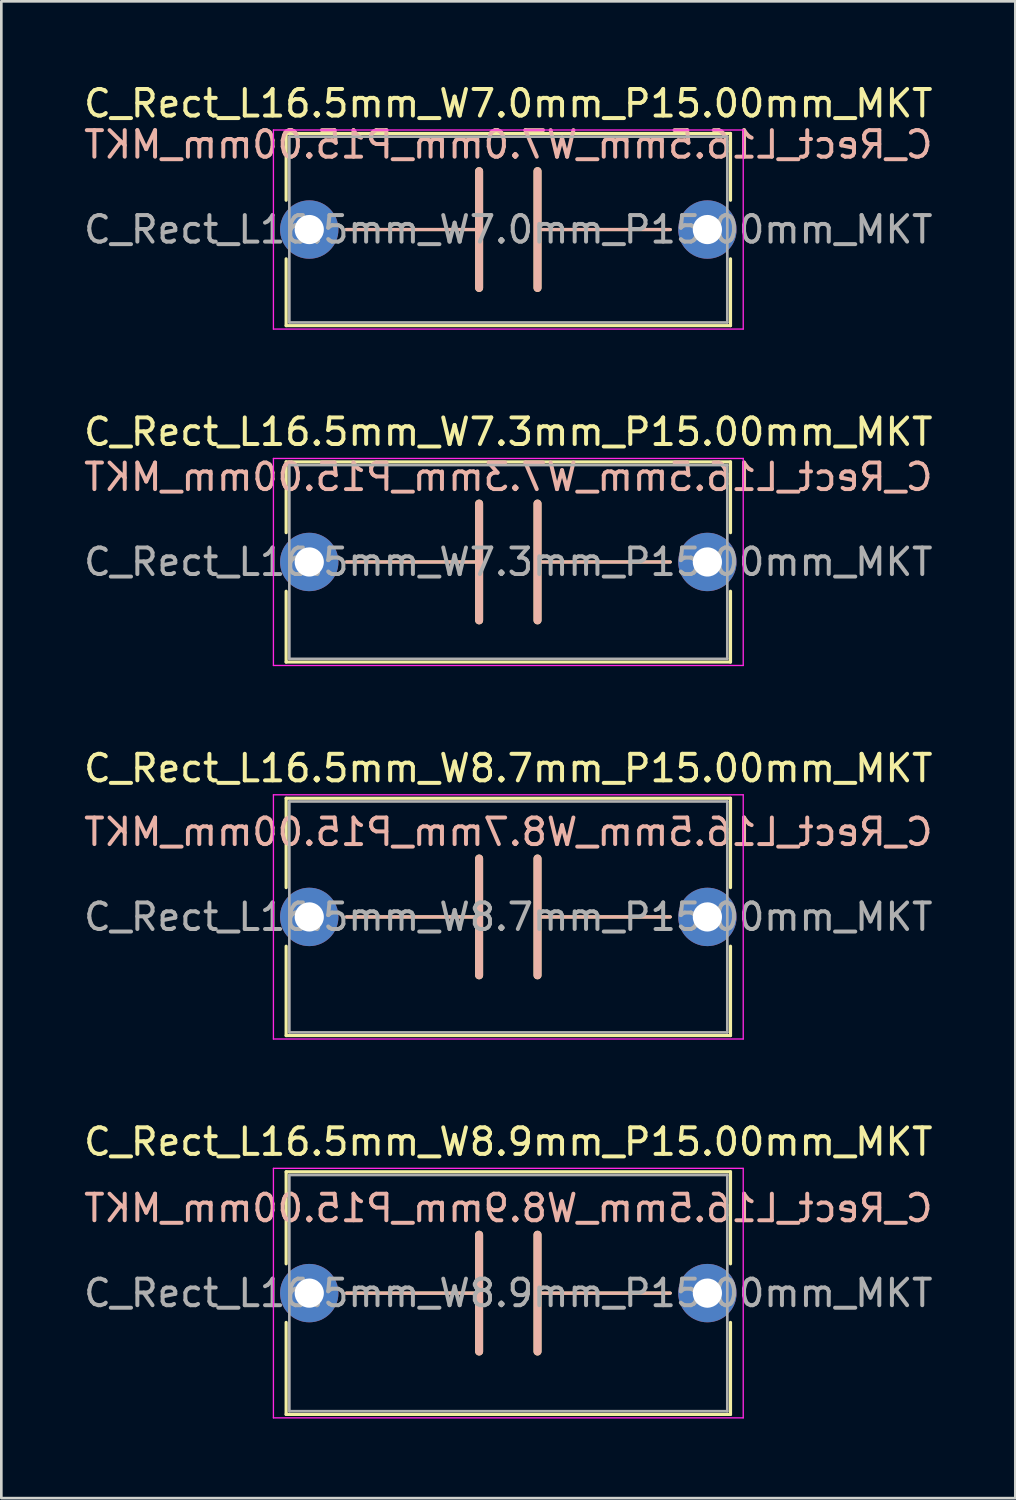
<source format=kicad_pcb>
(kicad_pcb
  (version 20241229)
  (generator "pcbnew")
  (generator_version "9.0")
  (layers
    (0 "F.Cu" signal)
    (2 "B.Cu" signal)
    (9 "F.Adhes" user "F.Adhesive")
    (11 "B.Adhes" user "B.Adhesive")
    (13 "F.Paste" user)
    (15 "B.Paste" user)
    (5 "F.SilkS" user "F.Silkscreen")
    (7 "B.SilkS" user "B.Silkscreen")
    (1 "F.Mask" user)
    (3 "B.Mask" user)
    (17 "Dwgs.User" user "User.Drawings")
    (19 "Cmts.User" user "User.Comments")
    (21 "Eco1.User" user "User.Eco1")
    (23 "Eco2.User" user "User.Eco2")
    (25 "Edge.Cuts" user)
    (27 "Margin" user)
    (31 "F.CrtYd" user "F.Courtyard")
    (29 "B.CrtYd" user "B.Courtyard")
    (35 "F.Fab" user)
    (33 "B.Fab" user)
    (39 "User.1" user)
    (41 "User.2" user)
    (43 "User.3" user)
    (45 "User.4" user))
  (footprint "C_Rect_L16.5mm_W7.3mm_P15.00mm_MKT"
    (layer "F.Cu")
    (at 8.601 18.122)
    (property "Reference" "C_Rect_L16.5mm_W7.3mm_P15.00mm_MKT" (at 7.5 -4.9 0) (layer "F.SilkS") (effects (font (size 1 1) (thickness 0.15))))
    (fp_line (start -0.87 -3.77) (end -0.87 -1.104) (stroke (width 0.12) (type solid)) (layer "F.SilkS"))
    (fp_line (start -0.87 -3.77) (end 15.87 -3.77) (stroke (width 0.12) (type solid)) (layer "F.SilkS"))
    (fp_line (start -0.87 1.104) (end -0.87 3.77) (stroke (width 0.12) (type solid)) (layer "F.SilkS"))
    (fp_line (start -0.87 3.77) (end 15.87 3.77) (stroke (width 0.12) (type solid)) (layer "F.SilkS"))
    (fp_line (start 1.4 0) (end 6.4 0) (stroke (width 0.12) (type solid)) (layer "F.SilkS"))
    (fp_line (start 6.4 -2.2) (end 6.4 2.2) (stroke (width 0.3) (type solid)) (layer "F.SilkS"))
    (fp_line (start 8.6 -2.2) (end 8.6 2.2) (stroke (width 0.3) (type solid)) (layer "F.SilkS"))
    (fp_line (start 8.6 0) (end 13.6 0) (stroke (width 0.12) (type solid)) (layer "F.SilkS"))
    (fp_line (start 15.87 -3.77) (end 15.87 -1.104) (stroke (width 0.12) (type solid)) (layer "F.SilkS"))
    (fp_line (start 15.87 1.104) (end 15.87 3.77) (stroke (width 0.12) (type solid)) (layer "F.SilkS"))
    (fp_line (start 1.4 0) (end 6.4 0) (stroke (width 0.12) (type solid)) (layer "B.SilkS"))
    (fp_line (start 6.4 2.2) (end 6.4 -2.2) (stroke (width 0.3) (type solid)) (layer "B.SilkS"))
    (fp_line (start 8.6 0) (end 13.6 0) (stroke (width 0.12) (type solid)) (layer "B.SilkS"))
    (fp_line (start 8.6 2.2) (end 8.6 -2.2) (stroke (width 0.3) (type solid)) (layer "B.SilkS"))
    (fp_line (start -1.35 -3.9) (end -1.35 3.9) (stroke (width 0.05) (type solid)) (layer "F.CrtYd"))
    (fp_line (start -1.35 3.9) (end 16.35 3.9) (stroke (width 0.05) (type solid)) (layer "F.CrtYd"))
    (fp_line (start 16.35 -3.9) (end -1.35 -3.9) (stroke (width 0.05) (type solid)) (layer "F.CrtYd"))
    (fp_line (start 16.35 3.9) (end 16.35 -3.9) (stroke (width 0.05) (type solid)) (layer "F.CrtYd"))
    (fp_line (start -0.75 -3.65) (end -0.75 3.65) (stroke (width 0.1) (type solid)) (layer "F.Fab"))
    (fp_line (start -0.75 3.65) (end 15.75 3.65) (stroke (width 0.1) (type solid)) (layer "F.Fab"))
    (fp_line (start 15.75 -3.65) (end -0.75 -3.65) (stroke (width 0.1) (type solid)) (layer "F.Fab"))
    (fp_line (start 15.75 3.65) (end 15.75 -3.65) (stroke (width 0.1) (type solid)) (layer "F.Fab"))
    (fp_text user "${REFERENCE}" (at 7.5 -3.2 0) (layer "B.SilkS") (effects (font (size 1 1) (thickness 0.15)) (justify mirror)))
    (fp_text user "${REFERENCE}" (at 7.5 0 0) (layer "F.Fab") (effects (font (size 1 1) (thickness 0.15))))
    (pad "1" thru_hole circle (at 0 0) (size 2.2 2.2) (drill 1.1) (layers "*.Cu" "*.Mask"))
    (pad "2" thru_hole circle (at 15 0) (size 2.2 2.2) (drill 1.1) (layers "*.Cu" "*.Mask")))
  (footprint "C_Rect_L16.5mm_W8.9mm_P15.00mm_MKT"
    (layer "F.Cu")
    (at 8.601 45.668)
    (property "Reference" "C_Rect_L16.5mm_W8.9mm_P15.00mm_MKT" (at 7.5 -5.7 0) (layer "F.SilkS") (effects (font (size 1 1) (thickness 0.15))))
    (fp_line (start -0.87 -4.57) (end -0.87 -1.104) (stroke (width 0.12) (type solid)) (layer "F.SilkS"))
    (fp_line (start -0.87 -4.57) (end 15.87 -4.57) (stroke (width 0.12) (type solid)) (layer "F.SilkS"))
    (fp_line (start -0.87 1.104) (end -0.87 4.57) (stroke (width 0.12) (type solid)) (layer "F.SilkS"))
    (fp_line (start -0.87 4.57) (end 15.87 4.57) (stroke (width 0.12) (type solid)) (layer "F.SilkS"))
    (fp_line (start 1.4 0) (end 6.4 0) (stroke (width 0.12) (type solid)) (layer "F.SilkS"))
    (fp_line (start 6.4 -2.2) (end 6.4 2.2) (stroke (width 0.3) (type solid)) (layer "F.SilkS"))
    (fp_line (start 8.6 -2.2) (end 8.6 2.2) (stroke (width 0.3) (type solid)) (layer "F.SilkS"))
    (fp_line (start 8.6 0) (end 13.6 0) (stroke (width 0.12) (type solid)) (layer "F.SilkS"))
    (fp_line (start 15.87 -4.57) (end 15.87 -1.104) (stroke (width 0.12) (type solid)) (layer "F.SilkS"))
    (fp_line (start 15.87 1.104) (end 15.87 4.57) (stroke (width 0.12) (type solid)) (layer "F.SilkS"))
    (fp_line (start 1.4 0) (end 6.4 0) (stroke (width 0.12) (type solid)) (layer "B.SilkS"))
    (fp_line (start 6.4 2.2) (end 6.4 -2.2) (stroke (width 0.3) (type solid)) (layer "B.SilkS"))
    (fp_line (start 8.6 0) (end 13.6 0) (stroke (width 0.12) (type solid)) (layer "B.SilkS"))
    (fp_line (start 8.6 2.2) (end 8.6 -2.2) (stroke (width 0.3) (type solid)) (layer "B.SilkS"))
    (fp_line (start -1.35 -4.7) (end -1.35 4.7) (stroke (width 0.05) (type solid)) (layer "F.CrtYd"))
    (fp_line (start -1.35 4.7) (end 16.35 4.7) (stroke (width 0.05) (type solid)) (layer "F.CrtYd"))
    (fp_line (start 16.35 -4.7) (end -1.35 -4.7) (stroke (width 0.05) (type solid)) (layer "F.CrtYd"))
    (fp_line (start 16.35 4.7) (end 16.35 -4.7) (stroke (width 0.05) (type solid)) (layer "F.CrtYd"))
    (fp_line (start -0.75 -4.45) (end -0.75 4.45) (stroke (width 0.1) (type solid)) (layer "F.Fab"))
    (fp_line (start -0.75 4.45) (end 15.75 4.45) (stroke (width 0.1) (type solid)) (layer "F.Fab"))
    (fp_line (start 15.75 -4.45) (end -0.75 -4.45) (stroke (width 0.1) (type solid)) (layer "F.Fab"))
    (fp_line (start 15.75 4.45) (end 15.75 -4.45) (stroke (width 0.1) (type solid)) (layer "F.Fab"))
    (fp_text user "${REFERENCE}" (at 7.5 -3.2 0) (layer "B.SilkS") (effects (font (size 1 1) (thickness 0.15)) (justify mirror)))
    (fp_text user "${REFERENCE}" (at 7.5 0 0) (layer "F.Fab") (effects (font (size 1 1) (thickness 0.15))))
    (pad "1" thru_hole circle (at 0 0) (size 2.2 2.2) (drill 1.1) (layers "*.Cu" "*.Mask"))
    (pad "2" thru_hole circle (at 15 0) (size 2.2 2.2) (drill 1.1) (layers "*.Cu" "*.Mask")))
  (footprint "C_Rect_L16.5mm_W7.0mm_P15.00mm_MKT"
    (layer "F.Cu")
    (at 8.601 5.598)
    (property "Reference" "C_Rect_L16.5mm_W7.0mm_P15.00mm_MKT" (at 7.5 -4.75 0) (layer "F.SilkS") (effects (font (size 1 1) (thickness 0.15))))
    (fp_line (start -0.87 -3.62) (end -0.87 -1.104) (stroke (width 0.12) (type solid)) (layer "F.SilkS"))
    (fp_line (start -0.87 -3.62) (end 15.87 -3.62) (stroke (width 0.12) (type solid)) (layer "F.SilkS"))
    (fp_line (start -0.87 1.104) (end -0.87 3.62) (stroke (width 0.12) (type solid)) (layer "F.SilkS"))
    (fp_line (start -0.87 3.62) (end 15.87 3.62) (stroke (width 0.12) (type solid)) (layer "F.SilkS"))
    (fp_line (start 1.4 0) (end 6.4 0) (stroke (width 0.12) (type solid)) (layer "F.SilkS"))
    (fp_line (start 6.4 -2.2) (end 6.4 2.2) (stroke (width 0.3) (type solid)) (layer "F.SilkS"))
    (fp_line (start 8.6 -2.2) (end 8.6 2.2) (stroke (width 0.3) (type solid)) (layer "F.SilkS"))
    (fp_line (start 8.6 0) (end 13.6 0) (stroke (width 0.12) (type solid)) (layer "F.SilkS"))
    (fp_line (start 15.87 -3.62) (end 15.87 -1.104) (stroke (width 0.12) (type solid)) (layer "F.SilkS"))
    (fp_line (start 15.87 1.104) (end 15.87 3.62) (stroke (width 0.12) (type solid)) (layer "F.SilkS"))
    (fp_line (start 1.4 0) (end 6.4 0) (stroke (width 0.12) (type solid)) (layer "B.SilkS"))
    (fp_line (start 6.4 2.2) (end 6.4 -2.2) (stroke (width 0.3) (type solid)) (layer "B.SilkS"))
    (fp_line (start 8.6 0) (end 13.6 0) (stroke (width 0.12) (type solid)) (layer "B.SilkS"))
    (fp_line (start 8.6 2.2) (end 8.6 -2.2) (stroke (width 0.3) (type solid)) (layer "B.SilkS"))
    (fp_line (start -1.35 -3.75) (end -1.35 3.75) (stroke (width 0.05) (type solid)) (layer "F.CrtYd"))
    (fp_line (start -1.35 3.75) (end 16.35 3.75) (stroke (width 0.05) (type solid)) (layer "F.CrtYd"))
    (fp_line (start 16.35 -3.75) (end -1.35 -3.75) (stroke (width 0.05) (type solid)) (layer "F.CrtYd"))
    (fp_line (start 16.35 3.75) (end 16.35 -3.75) (stroke (width 0.05) (type solid)) (layer "F.CrtYd"))
    (fp_line (start -0.75 -3.5) (end -0.75 3.5) (stroke (width 0.1) (type solid)) (layer "F.Fab"))
    (fp_line (start -0.75 3.5) (end 15.75 3.5) (stroke (width 0.1) (type solid)) (layer "F.Fab"))
    (fp_line (start 15.75 -3.5) (end -0.75 -3.5) (stroke (width 0.1) (type solid)) (layer "F.Fab"))
    (fp_line (start 15.75 3.5) (end 15.75 -3.5) (stroke (width 0.1) (type solid)) (layer "F.Fab"))
    (fp_text user "${REFERENCE}" (at 7.5 -3.2 0) (layer "B.SilkS") (effects (font (size 1 1) (thickness 0.15)) (justify mirror)))
    (fp_text user "${REFERENCE}" (at 7.5 0 0) (layer "F.Fab") (effects (font (size 1 1) (thickness 0.15))))
    (pad "1" thru_hole circle (at 0 0) (size 2.2 2.2) (drill 1.1) (layers "*.Cu" "*.Mask"))
    (pad "2" thru_hole circle (at 15 0) (size 2.2 2.2) (drill 1.1) (layers "*.Cu" "*.Mask")))
  (footprint "C_Rect_L16.5mm_W8.7mm_P15.00mm_MKT"
    (layer "F.Cu")
    (at 8.601 31.495)
    (property "Reference" "C_Rect_L16.5mm_W8.7mm_P15.00mm_MKT" (at 7.5 -5.6 0) (layer "F.SilkS") (effects (font (size 1 1) (thickness 0.15))))
    (fp_line (start -0.87 -4.47) (end -0.87 -1.104) (stroke (width 0.12) (type solid)) (layer "F.SilkS"))
    (fp_line (start -0.87 -4.47) (end 15.87 -4.47) (stroke (width 0.12) (type solid)) (layer "F.SilkS"))
    (fp_line (start -0.87 1.104) (end -0.87 4.47) (stroke (width 0.12) (type solid)) (layer "F.SilkS"))
    (fp_line (start -0.87 4.47) (end 15.87 4.47) (stroke (width 0.12) (type solid)) (layer "F.SilkS"))
    (fp_line (start 1.4 0) (end 6.4 0) (stroke (width 0.12) (type solid)) (layer "F.SilkS"))
    (fp_line (start 6.4 -2.2) (end 6.4 2.2) (stroke (width 0.3) (type solid)) (layer "F.SilkS"))
    (fp_line (start 8.6 -2.2) (end 8.6 2.2) (stroke (width 0.3) (type solid)) (layer "F.SilkS"))
    (fp_line (start 8.6 0) (end 13.6 0) (stroke (width 0.12) (type solid)) (layer "F.SilkS"))
    (fp_line (start 15.87 -4.47) (end 15.87 -1.104) (stroke (width 0.12) (type solid)) (layer "F.SilkS"))
    (fp_line (start 15.87 1.104) (end 15.87 4.47) (stroke (width 0.12) (type solid)) (layer "F.SilkS"))
    (fp_line (start 1.4 0) (end 6.4 0) (stroke (width 0.12) (type solid)) (layer "B.SilkS"))
    (fp_line (start 6.4 2.2) (end 6.4 -2.2) (stroke (width 0.3) (type solid)) (layer "B.SilkS"))
    (fp_line (start 8.6 0) (end 13.6 0) (stroke (width 0.12) (type solid)) (layer "B.SilkS"))
    (fp_line (start 8.6 2.2) (end 8.6 -2.2) (stroke (width 0.3) (type solid)) (layer "B.SilkS"))
    (fp_line (start -1.35 -4.6) (end -1.35 4.6) (stroke (width 0.05) (type solid)) (layer "F.CrtYd"))
    (fp_line (start -1.35 4.6) (end 16.35 4.6) (stroke (width 0.05) (type solid)) (layer "F.CrtYd"))
    (fp_line (start 16.35 -4.6) (end -1.35 -4.6) (stroke (width 0.05) (type solid)) (layer "F.CrtYd"))
    (fp_line (start 16.35 4.6) (end 16.35 -4.6) (stroke (width 0.05) (type solid)) (layer "F.CrtYd"))
    (fp_line (start -0.75 -4.35) (end -0.75 4.35) (stroke (width 0.1) (type solid)) (layer "F.Fab"))
    (fp_line (start -0.75 4.35) (end 15.75 4.35) (stroke (width 0.1) (type solid)) (layer "F.Fab"))
    (fp_line (start 15.75 -4.35) (end -0.75 -4.35) (stroke (width 0.1) (type solid)) (layer "F.Fab"))
    (fp_line (start 15.75 4.35) (end 15.75 -4.35) (stroke (width 0.1) (type solid)) (layer "F.Fab"))
    (fp_text user "${REFERENCE}" (at 7.5 -3.2 0) (layer "B.SilkS") (effects (font (size 1 1) (thickness 0.15)) (justify mirror)))
    (fp_text user "${REFERENCE}" (at 7.5 0 0) (layer "F.Fab") (effects (font (size 1 1) (thickness 0.15))))
    (pad "1" thru_hole circle (at 0 0) (size 2.2 2.2) (drill 1.1) (layers "*.Cu" "*.Mask"))
    (pad "2" thru_hole circle (at 15 0) (size 2.2 2.2) (drill 1.1) (layers "*.Cu" "*.Mask")))
  (gr_rect
    (start -3 -3)
    (end 35.202 53.393)
    (stroke (width 0.1) (type default))
    (fill no)
    (layer "Edge.Cuts")))
</source>
